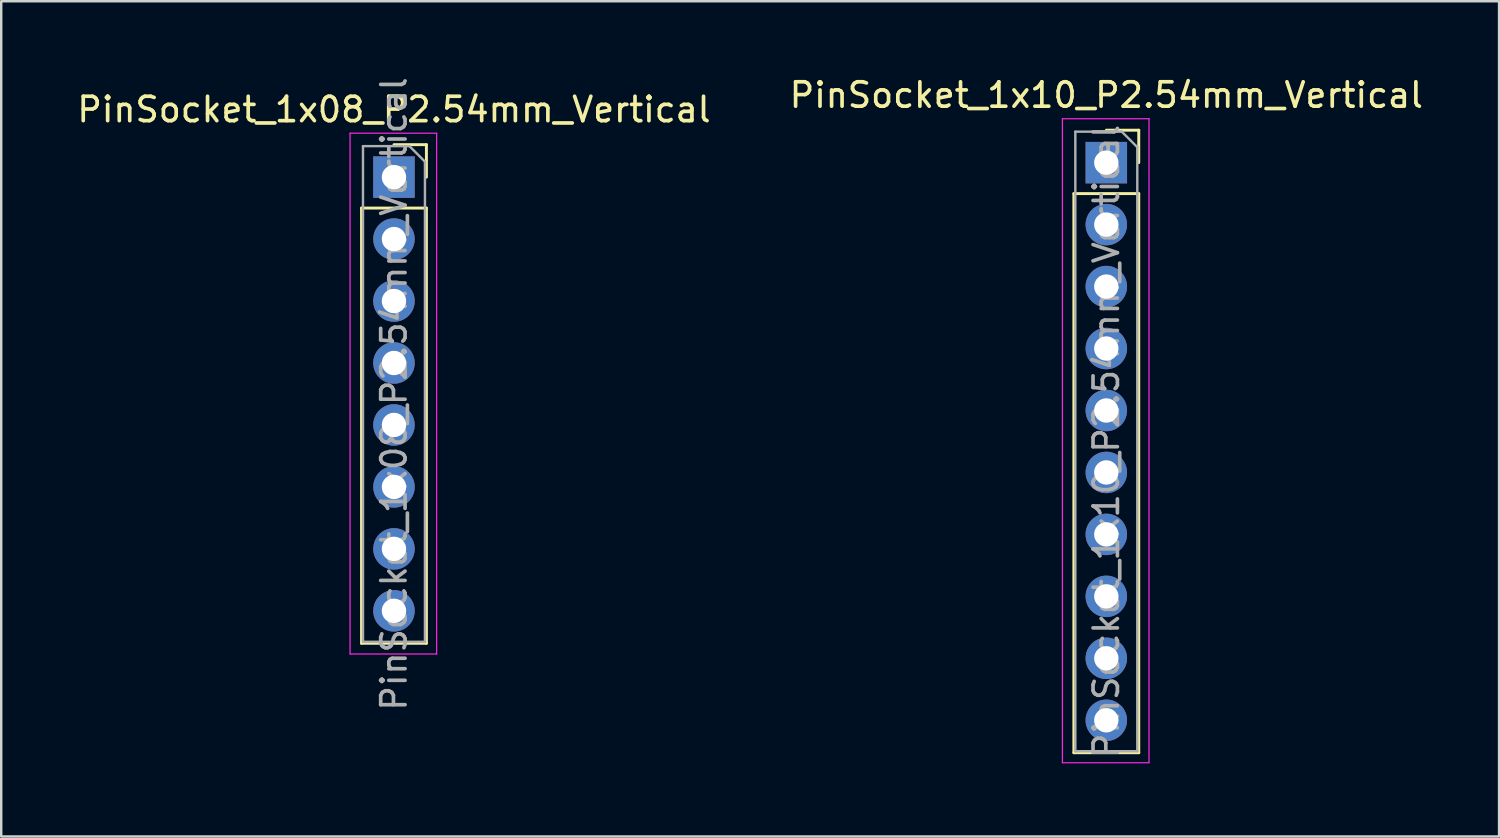
<source format=kicad_pcb>
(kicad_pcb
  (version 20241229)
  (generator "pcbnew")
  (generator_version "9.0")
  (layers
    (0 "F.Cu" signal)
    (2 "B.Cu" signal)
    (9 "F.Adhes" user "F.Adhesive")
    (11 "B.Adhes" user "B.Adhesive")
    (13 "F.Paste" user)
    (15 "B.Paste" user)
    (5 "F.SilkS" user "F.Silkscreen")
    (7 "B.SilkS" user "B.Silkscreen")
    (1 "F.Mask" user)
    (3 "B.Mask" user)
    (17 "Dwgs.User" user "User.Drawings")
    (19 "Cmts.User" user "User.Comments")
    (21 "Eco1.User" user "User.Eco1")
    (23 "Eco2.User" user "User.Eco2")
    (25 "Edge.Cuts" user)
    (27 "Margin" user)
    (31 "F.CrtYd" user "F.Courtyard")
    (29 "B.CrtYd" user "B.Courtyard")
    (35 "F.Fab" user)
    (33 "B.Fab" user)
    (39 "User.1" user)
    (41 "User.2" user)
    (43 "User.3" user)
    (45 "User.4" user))
  (footprint "PinSocket_1x10_P2.54mm_Vertical"
    (layer "F.Cu")
    (at 42.304 3.618)
    (property "Reference" "PinSocket_1x10_P2.54mm_Vertical" (at 0 -2.77 0) (layer "F.SilkS") (effects (font (size 1 1) (thickness 0.15))))
    (attr through_hole)
    (fp_line (start -1.33 1.27) (end -1.33 24.19) (stroke (width 0.12) (type solid)) (layer "F.SilkS"))
    (fp_line (start -1.33 1.27) (end 1.33 1.27) (stroke (width 0.12) (type solid)) (layer "F.SilkS"))
    (fp_line (start -1.33 24.19) (end 1.33 24.19) (stroke (width 0.12) (type solid)) (layer "F.SilkS"))
    (fp_line (start 0 -1.33) (end 1.33 -1.33) (stroke (width 0.12) (type solid)) (layer "F.SilkS"))
    (fp_line (start 1.33 -1.33) (end 1.33 0) (stroke (width 0.12) (type solid)) (layer "F.SilkS"))
    (fp_line (start 1.33 1.27) (end 1.33 24.19) (stroke (width 0.12) (type solid)) (layer "F.SilkS"))
    (fp_line (start -1.8 -1.8) (end 1.75 -1.8) (stroke (width 0.05) (type solid)) (layer "F.CrtYd"))
    (fp_line (start -1.8 24.6) (end -1.8 -1.8) (stroke (width 0.05) (type solid)) (layer "F.CrtYd"))
    (fp_line (start 1.75 -1.8) (end 1.75 24.6) (stroke (width 0.05) (type solid)) (layer "F.CrtYd"))
    (fp_line (start 1.75 24.6) (end -1.8 24.6) (stroke (width 0.05) (type solid)) (layer "F.CrtYd"))
    (fp_line (start -1.27 -1.27) (end 0.635 -1.27) (stroke (width 0.1) (type solid)) (layer "F.Fab"))
    (fp_line (start -1.27 24.13) (end -1.27 -1.27) (stroke (width 0.1) (type solid)) (layer "F.Fab"))
    (fp_line (start 0.635 -1.27) (end 1.27 -0.635) (stroke (width 0.1) (type solid)) (layer "F.Fab"))
    (fp_line (start 1.27 -0.635) (end 1.27 24.13) (stroke (width 0.1) (type solid)) (layer "F.Fab"))
    (fp_line (start 1.27 24.13) (end -1.27 24.13) (stroke (width 0.1) (type solid)) (layer "F.Fab"))
    (fp_text user "${REFERENCE}" (at 0 11.43 90) (layer "F.Fab") (effects (font (size 1 1) (thickness 0.15))))
    (pad "1" thru_hole rect (at 0 0) (size 1.7 1.7) (drill 1) (layers "*.Cu" "*.Mask"))
    (pad "2" thru_hole oval (at 0 2.54) (size 1.7 1.7) (drill 1) (layers "*.Cu" "*.Mask"))
    (pad "3" thru_hole oval (at 0 5.08) (size 1.7 1.7) (drill 1) (layers "*.Cu" "*.Mask"))
    (pad "4" thru_hole oval (at 0 7.62) (size 1.7 1.7) (drill 1) (layers "*.Cu" "*.Mask"))
    (pad "5" thru_hole oval (at 0 10.16) (size 1.7 1.7) (drill 1) (layers "*.Cu" "*.Mask"))
    (pad "6" thru_hole oval (at 0 12.7) (size 1.7 1.7) (drill 1) (layers "*.Cu" "*.Mask"))
    (pad "7" thru_hole oval (at 0 15.24) (size 1.7 1.7) (drill 1) (layers "*.Cu" "*.Mask"))
    (pad "8" thru_hole oval (at 0 17.78) (size 1.7 1.7) (drill 1) (layers "*.Cu" "*.Mask"))
    (pad "9" thru_hole oval (at 0 20.32) (size 1.7 1.7) (drill 1) (layers "*.Cu" "*.Mask"))
    (pad "10" thru_hole oval (at 0 22.86) (size 1.7 1.7) (drill 1) (layers "*.Cu" "*.Mask")))
  (footprint "PinSocket_1x08_P2.54mm_Vertical"
    (layer "F.Cu")
    (at 13.101 4.211)
    (property "Reference" "PinSocket_1x08_P2.54mm_Vertical" (at 0 -2.77 0) (layer "F.SilkS") (effects (font (size 1 1) (thickness 0.15))))
    (attr through_hole)
    (fp_line (start -1.33 1.27) (end -1.33 19.11) (stroke (width 0.12) (type solid)) (layer "F.SilkS"))
    (fp_line (start -1.33 1.27) (end 1.33 1.27) (stroke (width 0.12) (type solid)) (layer "F.SilkS"))
    (fp_line (start -1.33 19.11) (end 1.33 19.11) (stroke (width 0.12) (type solid)) (layer "F.SilkS"))
    (fp_line (start 0 -1.33) (end 1.33 -1.33) (stroke (width 0.12) (type solid)) (layer "F.SilkS"))
    (fp_line (start 1.33 -1.33) (end 1.33 0) (stroke (width 0.12) (type solid)) (layer "F.SilkS"))
    (fp_line (start 1.33 1.27) (end 1.33 19.11) (stroke (width 0.12) (type solid)) (layer "F.SilkS"))
    (fp_line (start -1.8 -1.8) (end 1.75 -1.8) (stroke (width 0.05) (type solid)) (layer "F.CrtYd"))
    (fp_line (start -1.8 19.55) (end -1.8 -1.8) (stroke (width 0.05) (type solid)) (layer "F.CrtYd"))
    (fp_line (start 1.75 -1.8) (end 1.75 19.55) (stroke (width 0.05) (type solid)) (layer "F.CrtYd"))
    (fp_line (start 1.75 19.55) (end -1.8 19.55) (stroke (width 0.05) (type solid)) (layer "F.CrtYd"))
    (fp_line (start -1.27 -1.27) (end 0.635 -1.27) (stroke (width 0.1) (type solid)) (layer "F.Fab"))
    (fp_line (start -1.27 19.05) (end -1.27 -1.27) (stroke (width 0.1) (type solid)) (layer "F.Fab"))
    (fp_line (start 0.635 -1.27) (end 1.27 -0.635) (stroke (width 0.1) (type solid)) (layer "F.Fab"))
    (fp_line (start 1.27 -0.635) (end 1.27 19.05) (stroke (width 0.1) (type solid)) (layer "F.Fab"))
    (fp_line (start 1.27 19.05) (end -1.27 19.05) (stroke (width 0.1) (type solid)) (layer "F.Fab"))
    (fp_text user "${REFERENCE}" (at 0 8.89 90) (layer "F.Fab") (effects (font (size 1 1) (thickness 0.15))))
    (pad "1" thru_hole rect (at 0 0) (size 1.7 1.7) (drill 1) (layers "*.Cu" "*.Mask"))
    (pad "2" thru_hole oval (at 0 2.54) (size 1.7 1.7) (drill 1) (layers "*.Cu" "*.Mask"))
    (pad "3" thru_hole oval (at 0 5.08) (size 1.7 1.7) (drill 1) (layers "*.Cu" "*.Mask"))
    (pad "4" thru_hole oval (at 0 7.62) (size 1.7 1.7) (drill 1) (layers "*.Cu" "*.Mask"))
    (pad "5" thru_hole oval (at 0 10.16) (size 1.7 1.7) (drill 1) (layers "*.Cu" "*.Mask"))
    (pad "6" thru_hole oval (at 0 12.7) (size 1.7 1.7) (drill 1) (layers "*.Cu" "*.Mask"))
    (pad "7" thru_hole oval (at 0 15.24) (size 1.7 1.7) (drill 1) (layers "*.Cu" "*.Mask"))
    (pad "8" thru_hole oval (at 0 17.78) (size 1.7 1.7) (drill 1) (layers "*.Cu" "*.Mask")))
  (gr_rect
    (start -3 -3)
    (end 58.405 31.243)
    (stroke (width 0.1) (type default))
    (fill no)
    (layer "Edge.Cuts")))
</source>
